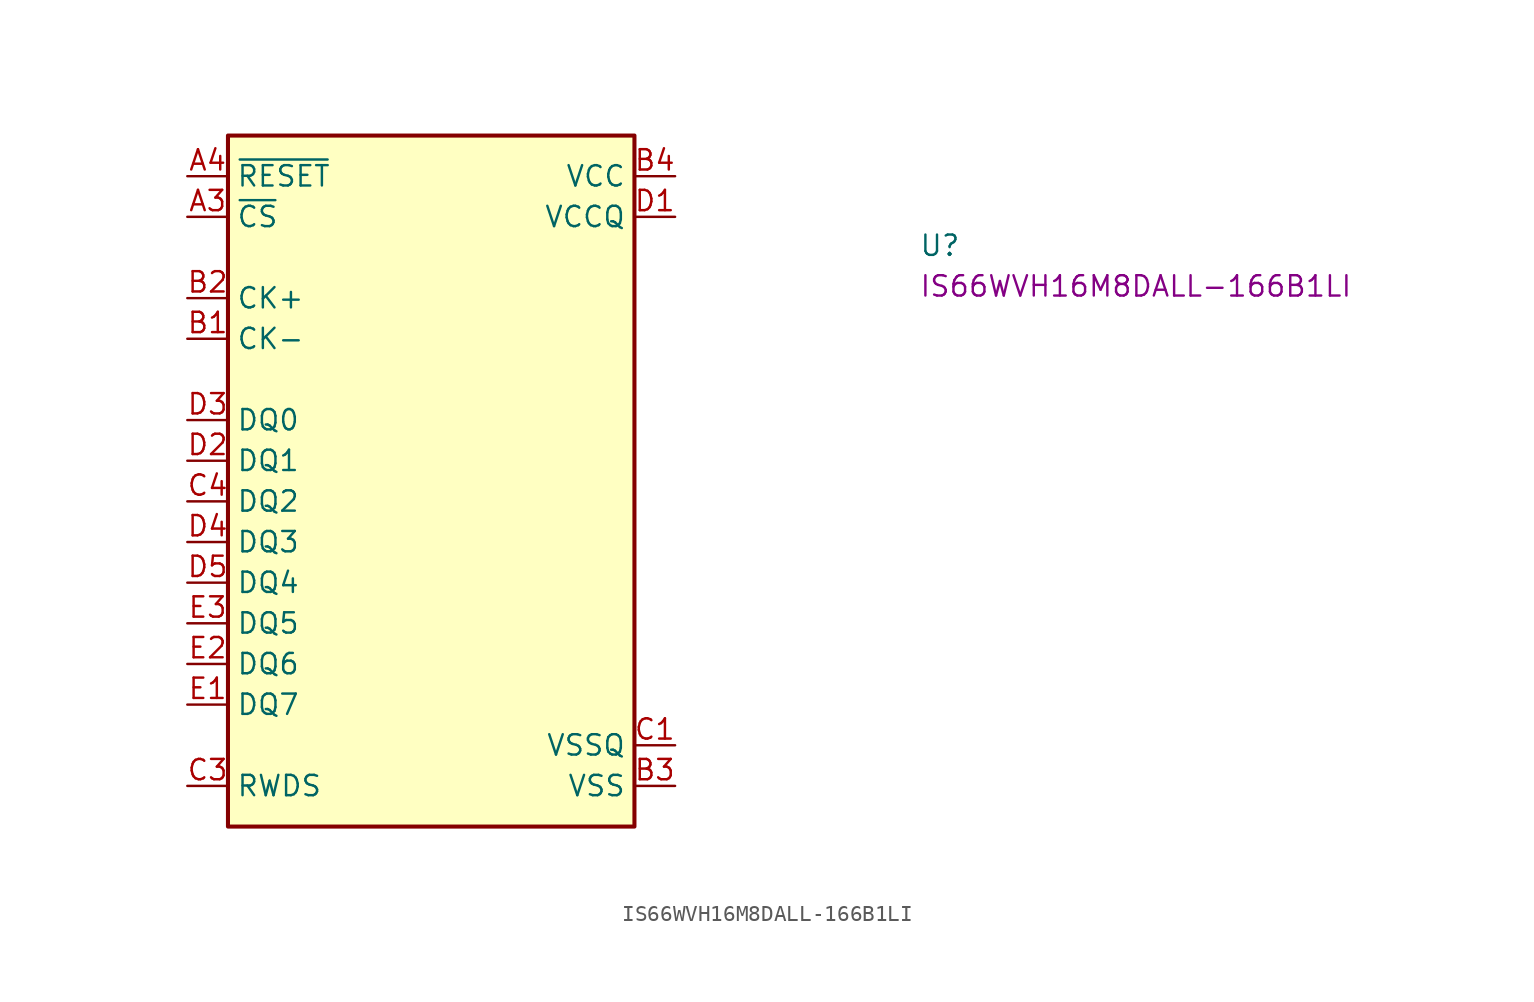
<source format=kicad_sym>
(kicad_symbol_lib
  (version 20220914)
  (generator kicad_symbol_editor)
  (symbol "IS66WVH16M8DALL-166B1LI"
    (property "Reference" "U"
      (at 45.72 -5.08 0)
      (effects (font (size 1.27 1.27) (thickness 0.15)) (justify left bottom)))
    (property "MPN" "IS66WVH16M8DALL-166B1LI"
      (at 45.72 -7.62 0)
      (effects (font (size 1.27 1.27) (thickness 0.15)) (justify left bottom)))
    (symbol "IS66WVH16M8DALL-166B1LI_1_1"
      (rectangle (start 2.54 2.54) (end 27.94 -40.64) (stroke (width 0.254) (type default)) (fill (type background)))
      (pin no_connect line (at 27.94 -29.21 180) (length 2.54) hide (name "NC" (effects (font (size 1.27 1.27)))) (number "A2" (effects (font (size 1.27 1.27)))))
      (pin input line (at 0 -2.54 0) (length 2.54) (name "~{CS}" (effects (font (size 1.27 1.27)))) (number "A3" (effects (font (size 1.27 1.27)))))
      (pin input line (at 0 0 0) (length 2.54) (name "~{RESET}" (effects (font (size 1.27 1.27)))) (number "A4" (effects (font (size 1.27 1.27)))))
      (pin no_connect line (at 27.94 -27.94 180) (length 2.54) hide (name "NC" (effects (font (size 1.27 1.27)))) (number "A5" (effects (font (size 1.27 1.27)))))
      (pin input line (at 0 -10.16 0) (length 2.54) (name "CK-" (effects (font (size 1.27 1.27)))) (number "B1" (effects (font (size 1.27 1.27)))))
      (pin input line (at 0 -7.62 0) (length 2.54) (name "CK+" (effects (font (size 1.27 1.27)))) (number "B2" (effects (font (size 1.27 1.27)))))
      (pin power_in line (at 30.48 -38.1 180) (length 2.54) (name "VSS" (effects (font (size 1.27 1.27)))) (number "B3" (effects (font (size 1.27 1.27)))))
      (pin power_in line (at 30.48 0 180) (length 2.54) (name "VCC" (effects (font (size 1.27 1.27)))) (number "B4" (effects (font (size 1.27 1.27)))))
      (pin no_connect line (at 27.94 -26.67 180) (length 2.54) hide (name "NC" (effects (font (size 1.27 1.27)))) (number "B5" (effects (font (size 1.27 1.27)))))
      (pin power_in line (at 30.48 -35.56 180) (length 2.54) (name "VSSQ" (effects (font (size 1.27 1.27)))) (number "C1" (effects (font (size 1.27 1.27)))))
      (pin no_connect line (at 27.94 -31.75 180) (length 2.54) hide (name "NC" (effects (font (size 1.27 1.27)))) (number "C2" (effects (font (size 1.27 1.27)))))
      (pin bidirectional line (at 0 -38.1 0) (length 2.54) (name "RWDS" (effects (font (size 1.27 1.27)))) (number "C3" (effects (font (size 1.27 1.27)))))
      (pin bidirectional line (at 0 -20.32 0) (length 2.54) (name "DQ2" (effects (font (size 1.27 1.27)))) (number "C4" (effects (font (size 1.27 1.27)))))
      (pin no_connect line (at 27.94 -30.48 180) (length 2.54) hide (name "NC" (effects (font (size 1.27 1.27)))) (number "C5" (effects (font (size 1.27 1.27)))))
      (pin power_in line (at 30.48 -2.54 180) (length 2.54) (name "VCCQ" (effects (font (size 1.27 1.27)))) (number "D1" (effects (font (size 1.27 1.27)))))
      (pin bidirectional line (at 0 -17.78 0) (length 2.54) (name "DQ1" (effects (font (size 1.27 1.27)))) (number "D2" (effects (font (size 1.27 1.27)))))
      (pin bidirectional line (at 0 -15.24 0) (length 2.54) (name "DQ0" (effects (font (size 1.27 1.27)))) (number "D3" (effects (font (size 1.27 1.27)))))
      (pin bidirectional line (at 0 -22.86 0) (length 2.54) (name "DQ3" (effects (font (size 1.27 1.27)))) (number "D4" (effects (font (size 1.27 1.27)))))
      (pin bidirectional line (at 0 -25.4 0) (length 2.54) (name "DQ4" (effects (font (size 1.27 1.27)))) (number "D5" (effects (font (size 1.27 1.27)))))
      (pin bidirectional line (at 0 -33.02 0) (length 2.54) (name "DQ7" (effects (font (size 1.27 1.27)))) (number "E1" (effects (font (size 1.27 1.27)))))
      (pin bidirectional line (at 0 -30.48 0) (length 2.54) (name "DQ6" (effects (font (size 1.27 1.27)))) (number "E2" (effects (font (size 1.27 1.27)))))
      (pin bidirectional line (at 0 -27.94 0) (length 2.54) (name "DQ5" (effects (font (size 1.27 1.27)))) (number "E3" (effects (font (size 1.27 1.27)))))
      (pin passive line (at 30.48 -2.54 180) (length 2.54) hide (name "VCCQ" (effects (font (size 1.27 1.27)))) (number "E4" (effects (font (size 1.27 1.27)))))
      (pin passive line (at 30.48 -35.56 180) (length 2.54) hide (name "VSSQ" (effects (font (size 1.27 1.27)))) (number "E5" (effects (font (size 1.27 1.27))))))))
</source>
